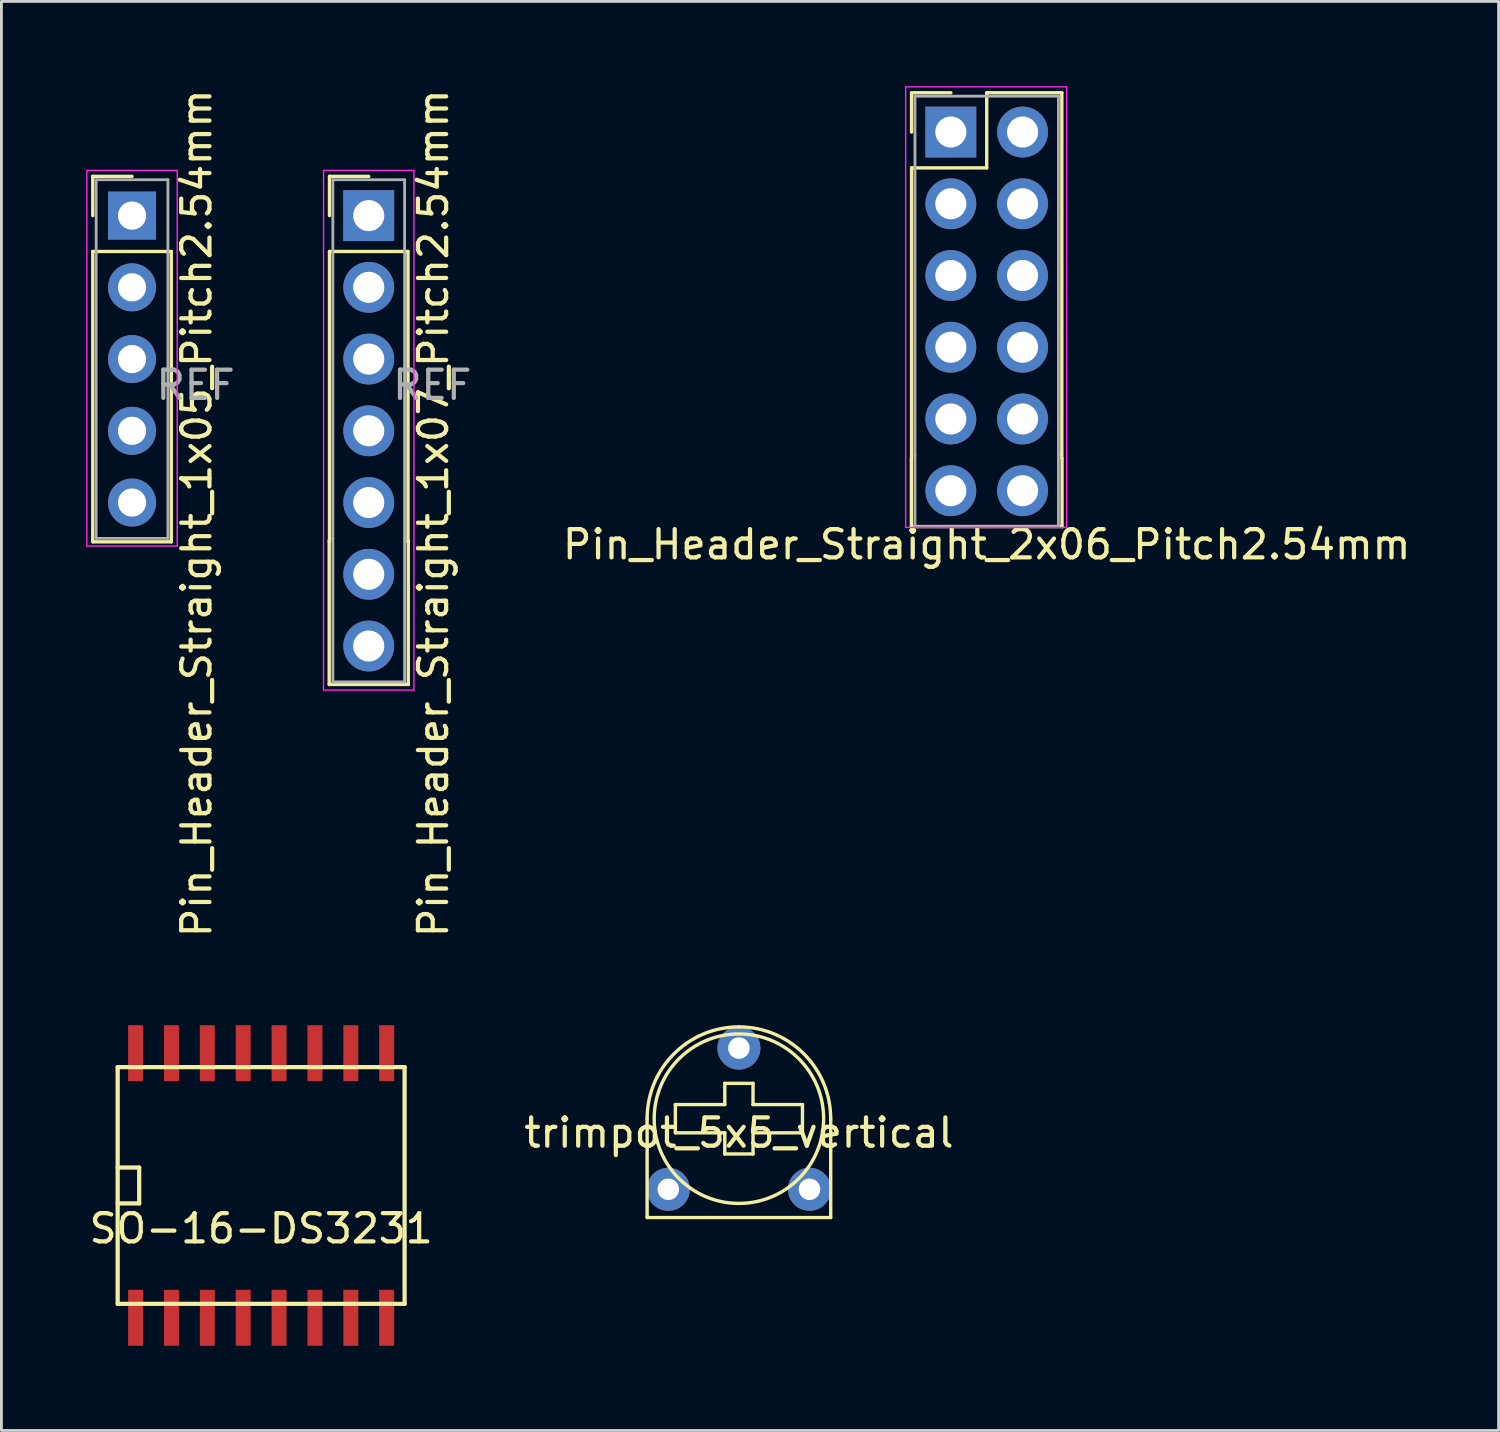
<source format=kicad_pcb>
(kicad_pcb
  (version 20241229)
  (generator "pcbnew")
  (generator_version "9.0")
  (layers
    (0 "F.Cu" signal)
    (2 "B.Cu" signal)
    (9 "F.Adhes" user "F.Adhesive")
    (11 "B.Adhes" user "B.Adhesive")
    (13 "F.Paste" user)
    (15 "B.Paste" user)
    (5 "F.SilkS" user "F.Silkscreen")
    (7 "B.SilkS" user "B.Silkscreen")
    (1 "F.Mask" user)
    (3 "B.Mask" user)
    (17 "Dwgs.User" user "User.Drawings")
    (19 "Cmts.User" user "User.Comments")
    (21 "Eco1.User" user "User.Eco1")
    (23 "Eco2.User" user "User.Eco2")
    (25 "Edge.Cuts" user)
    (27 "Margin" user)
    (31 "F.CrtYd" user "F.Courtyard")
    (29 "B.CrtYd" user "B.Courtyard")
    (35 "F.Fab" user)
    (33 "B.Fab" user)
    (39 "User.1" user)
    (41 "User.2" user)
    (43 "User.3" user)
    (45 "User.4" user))
  (footprint "Pin_Header_Straight_2x06_Pitch2.54mm"
    (layer "F.Cu")
    (at 30.617 1.625)
    (property "Reference" "Pin_Header_Straight_2x06_Pitch2.54mm" (at 1.27 14.605 0) (layer "F.SilkS") (effects (font (size 1 1) (thickness 0.15))))
    (attr through_hole)
    (fp_line (start -1.397 11.557) (end -1.397 13.97) (stroke (width 0.12) (type solid)) (layer "F.SilkS"))
    (fp_line (start -1.397 13.97) (end 3.937 13.97) (stroke (width 0.12) (type solid)) (layer "F.SilkS"))
    (fp_line (start -1.39 -1.39) (end 0 -1.39) (stroke (width 0.12) (type solid)) (layer "F.SilkS"))
    (fp_line (start -1.39 0) (end -1.39 -1.39) (stroke (width 0.12) (type solid)) (layer "F.SilkS"))
    (fp_line (start -1.39 1.27) (end -1.39 11.55) (stroke (width 0.12) (type solid)) (layer "F.SilkS"))
    (fp_line (start 1.27 -1.39) (end 1.27 1.27) (stroke (width 0.12) (type solid)) (layer "F.SilkS"))
    (fp_line (start 1.27 1.27) (end -1.39 1.27) (stroke (width 0.12) (type solid)) (layer "F.SilkS"))
    (fp_line (start 3.93 -1.39) (end 1.27 -1.39) (stroke (width 0.12) (type solid)) (layer "F.SilkS"))
    (fp_line (start 3.93 11.55) (end 3.93 -1.39) (stroke (width 0.12) (type solid)) (layer "F.SilkS"))
    (fp_line (start 3.937 13.97) (end 3.937 11.557) (stroke (width 0.12) (type solid)) (layer "F.SilkS"))
    (fp_line (start -1.6 14) (end -1.6 -1.6) (stroke (width 0.05) (type solid)) (layer "F.CrtYd"))
    (fp_line (start -1.6 14) (end 4.1 14) (stroke (width 0.05) (type solid)) (layer "F.CrtYd"))
    (fp_line (start 4.1 -1.6) (end -1.6 -1.6) (stroke (width 0.05) (type solid)) (layer "F.CrtYd"))
    (fp_line (start 4.1 11.7) (end 4.1 -1.6) (stroke (width 0.05) (type solid)) (layer "F.CrtYd"))
    (fp_line (start 4.1 11.7) (end 4.1 14) (stroke (width 0.05) (type solid)) (layer "F.CrtYd"))
    (fp_line (start -1.27 -1.27) (end -1.27 11.43) (stroke (width 0.1) (type solid)) (layer "F.Fab"))
    (fp_line (start -1.27 11.43) (end -1.27 13.97) (stroke (width 0.1) (type solid)) (layer "F.Fab"))
    (fp_line (start -1.27 13.97) (end 3.81 13.97) (stroke (width 0.1) (type solid)) (layer "F.Fab"))
    (fp_line (start 3.81 -1.27) (end -1.27 -1.27) (stroke (width 0.1) (type solid)) (layer "F.Fab"))
    (fp_line (start 3.81 11.43) (end 3.81 -1.27) (stroke (width 0.1) (type solid)) (layer "F.Fab"))
    (fp_line (start 3.81 13.97) (end 3.81 11.43) (stroke (width 0.1) (type solid)) (layer "F.Fab"))
    (pad "1" thru_hole rect (at 0 0) (size 1.8 1.8) (drill 1.1) (layers "*.Cu" "*.Mask"))
    (pad "2" thru_hole circle (at 2.54 0) (size 1.8 1.8) (drill 1.1) (layers "*.Cu" "*.Mask"))
    (pad "3" thru_hole circle (at 0 2.54) (size 1.8 1.8) (drill 1.1) (layers "*.Cu" "*.Mask"))
    (pad "4" thru_hole circle (at 2.54 2.54) (size 1.8 1.8) (drill 1.1) (layers "*.Cu" "*.Mask"))
    (pad "5" thru_hole circle (at 0 5.08) (size 1.8 1.8) (drill 1.1) (layers "*.Cu" "*.Mask"))
    (pad "6" thru_hole circle (at 2.54 5.08) (size 1.8 1.8) (drill 1.1) (layers "*.Cu" "*.Mask"))
    (pad "7" thru_hole circle (at 0 7.62) (size 1.8 1.8) (drill 1.1) (layers "*.Cu" "*.Mask"))
    (pad "8" thru_hole circle (at 2.54 7.62) (size 1.8 1.8) (drill 1.1) (layers "*.Cu" "*.Mask"))
    (pad "9" thru_hole circle (at 0 10.16) (size 1.8 1.8) (drill 1.1) (layers "*.Cu" "*.Mask"))
    (pad "10" thru_hole circle (at 2.54 10.16) (size 1.8 1.8) (drill 1.1) (layers "*.Cu" "*.Mask"))
    (pad "11" thru_hole circle (at 0 12.7) (size 1.8 1.8) (drill 1.1) (layers "*.Cu" "*.Mask"))
    (pad "12" thru_hole circle (at 2.54 12.7) (size 1.8 1.8) (drill 1.1) (layers "*.Cu" "*.Mask")))
  (footprint "SO-16-DS3231"
    (layer "F.Cu")
    (at 6.196 38.925)
    (property "Reference" "SO-16-DS3231" (at 0 1.524 0) (layer "F.SilkS") (effects (font (size 1 1) (thickness 0.15))))
    (attr smd)
    (fp_line (start -5.08 -4.191) (end 5.08 -4.191) (stroke (width 0.15) (type solid)) (layer "F.SilkS"))
    (fp_line (start -5.08 -0.635) (end -4.318 -0.635) (stroke (width 0.15) (type solid)) (layer "F.SilkS"))
    (fp_line (start -5.08 4.191) (end -5.08 -4.191) (stroke (width 0.15) (type solid)) (layer "F.SilkS"))
    (fp_line (start -4.318 -0.635) (end -4.318 0.635) (stroke (width 0.15) (type solid)) (layer "F.SilkS"))
    (fp_line (start -4.318 0.635) (end -5.08 0.635) (stroke (width 0.15) (type solid)) (layer "F.SilkS"))
    (fp_line (start 5.08 -4.191) (end 5.08 4.191) (stroke (width 0.15) (type solid)) (layer "F.SilkS"))
    (fp_line (start 5.08 4.191) (end -5.08 4.191) (stroke (width 0.15) (type solid)) (layer "F.SilkS"))
    (pad "1" smd rect (at -4.445 4.685) (size 0.53 1.98) (layers "F.Cu" "F.Mask" "F.Paste"))
    (pad "2" smd rect (at -3.175 4.685) (size 0.53 1.98) (layers "F.Cu" "F.Mask" "F.Paste"))
    (pad "3" smd rect (at -1.905 4.685) (size 0.53 1.98) (layers "F.Cu" "F.Mask" "F.Paste"))
    (pad "4" smd rect (at -0.635 4.685) (size 0.53 1.98) (layers "F.Cu" "F.Mask" "F.Paste"))
    (pad "5" smd rect (at 0.635 4.685) (size 0.53 1.98) (layers "F.Cu" "F.Mask" "F.Paste"))
    (pad "6" smd rect (at 1.905 4.685) (size 0.53 1.98) (layers "F.Cu" "F.Mask" "F.Paste"))
    (pad "7" smd rect (at 3.175 4.685) (size 0.53 1.98) (layers "F.Cu" "F.Mask" "F.Paste"))
    (pad "8" smd rect (at 4.445 4.685) (size 0.53 1.98) (layers "F.Cu" "F.Mask" "F.Paste"))
    (pad "9" smd rect (at 4.445 -4.685) (size 0.53 1.98) (layers "F.Cu" "F.Mask" "F.Paste"))
    (pad "10" smd rect (at 3.175 -4.685) (size 0.53 1.98) (layers "F.Cu" "F.Mask" "F.Paste"))
    (pad "11" smd rect (at 1.905 -4.685) (size 0.53 1.98) (layers "F.Cu" "F.Mask" "F.Paste"))
    (pad "12" smd rect (at 0.635 -4.685) (size 0.53 1.98) (layers "F.Cu" "F.Mask" "F.Paste"))
    (pad "13" smd rect (at -0.635 -4.685) (size 0.53 1.98) (layers "F.Cu" "F.Mask" "F.Paste"))
    (pad "14" smd rect (at -1.905 -4.685) (size 0.53 1.98) (layers "F.Cu" "F.Mask" "F.Paste"))
    (pad "15" smd rect (at -3.175 -4.685) (size 0.53 1.98) (layers "F.Cu" "F.Mask" "F.Paste"))
    (pad "16" smd rect (at -4.445 -4.685) (size 0.53 1.98) (layers "F.Cu" "F.Mask" "F.Paste")))
  (footprint "Pin_Header_Straight_1x05_Pitch2.54mm"
    (layer "F.Cu")
    (at 1.625 4.584)
    (property "Reference" "Pin_Header_Straight_1x05_Pitch2.54mm" (at 2.286 10.541 90) (layer "F.SilkS") (effects (font (size 1 1) (thickness 0.15))))
    (attr through_hole)
    (fp_line (start -1.39 -1.39) (end 0 -1.39) (stroke (width 0.12) (type solid)) (layer "F.SilkS"))
    (fp_line (start -1.39 0) (end -1.39 -1.39) (stroke (width 0.12) (type solid)) (layer "F.SilkS"))
    (fp_line (start -1.39 1.27) (end -1.39 11.55) (stroke (width 0.12) (type solid)) (layer "F.SilkS"))
    (fp_line (start -1.39 11.55) (end 1.39 11.55) (stroke (width 0.12) (type solid)) (layer "F.SilkS"))
    (fp_line (start 1.39 1.27) (end -1.39 1.27) (stroke (width 0.12) (type solid)) (layer "F.SilkS"))
    (fp_line (start 1.39 11.55) (end 1.39 1.27) (stroke (width 0.12) (type solid)) (layer "F.SilkS"))
    (fp_line (start -1.6 -1.6) (end -1.6 11.7) (stroke (width 0.05) (type solid)) (layer "F.CrtYd"))
    (fp_line (start -1.6 11.7) (end 1.6 11.7) (stroke (width 0.05) (type solid)) (layer "F.CrtYd"))
    (fp_line (start 1.6 -1.6) (end -1.6 -1.6) (stroke (width 0.05) (type solid)) (layer "F.CrtYd"))
    (fp_line (start 1.6 11.7) (end 1.6 -1.6) (stroke (width 0.05) (type solid)) (layer "F.CrtYd"))
    (fp_line (start -1.27 -1.27) (end -1.27 11.43) (stroke (width 0.1) (type solid)) (layer "F.Fab"))
    (fp_line (start -1.27 11.43) (end 1.27 11.43) (stroke (width 0.1) (type solid)) (layer "F.Fab"))
    (fp_line (start 1.27 -1.27) (end -1.27 -1.27) (stroke (width 0.1) (type solid)) (layer "F.Fab"))
    (fp_line (start 1.27 11.43) (end 1.27 -1.27) (stroke (width 0.1) (type solid)) (layer "F.Fab"))
    (fp_text user "REF" (at 2.25 6 0) (layer "F.Fab") (effects (font (size 1 1) (thickness 0.15))))
    (pad "1" thru_hole rect (at 0 0) (size 1.7 1.7) (drill 1) (layers "*.Cu" "*.Mask"))
    (pad "2" thru_hole oval (at 0 2.54) (size 1.7 1.7) (drill 1) (layers "*.Cu" "*.Mask"))
    (pad "3" thru_hole oval (at 0 5.08) (size 1.7 1.7) (drill 1) (layers "*.Cu" "*.Mask"))
    (pad "4" thru_hole oval (at 0 7.62) (size 1.7 1.7) (drill 1) (layers "*.Cu" "*.Mask"))
    (pad "5" thru_hole oval (at 0 10.16) (size 1.7 1.7) (drill 1) (layers "*.Cu" "*.Mask")))
  (footprint "trimpot_5x5_vertical"
    (layer "F.Cu")
    (at 23.113 36.56)
    (property "Reference" "trimpot_5x5_vertical" (at 0 0.5 0) (layer "F.SilkS") (effects (font (size 1 1) (thickness 0.15))))
    (attr through_hole)
    (fp_line (start -3.25 0) (end -3.25 3.5) (stroke (width 0.12) (type solid)) (layer "F.SilkS"))
    (fp_line (start -3.25 3.5) (end 3.25 3.5) (stroke (width 0.12) (type solid)) (layer "F.SilkS"))
    (fp_line (start -2.25 -0.5) (end -0.5 -0.5) (stroke (width 0.12) (type solid)) (layer "F.SilkS"))
    (fp_line (start -2.25 0.5) (end -2.25 -0.5) (stroke (width 0.12) (type solid)) (layer "F.SilkS"))
    (fp_line (start -0.5 -1.25) (end 0.5 -1.25) (stroke (width 0.12) (type solid)) (layer "F.SilkS"))
    (fp_line (start -0.5 -0.5) (end -0.5 -1.25) (stroke (width 0.12) (type solid)) (layer "F.SilkS"))
    (fp_line (start -0.5 0.5) (end -2.25 0.5) (stroke (width 0.12) (type solid)) (layer "F.SilkS"))
    (fp_line (start -0.5 1.25) (end -0.5 0.5) (stroke (width 0.12) (type solid)) (layer "F.SilkS"))
    (fp_line (start 0.5 -1.25) (end 0.5 -0.5) (stroke (width 0.12) (type solid)) (layer "F.SilkS"))
    (fp_line (start 0.5 -0.5) (end 2.25 -0.5) (stroke (width 0.12) (type solid)) (layer "F.SilkS"))
    (fp_line (start 0.5 0.5) (end 0.5 1.25) (stroke (width 0.12) (type solid)) (layer "F.SilkS"))
    (fp_line (start 0.5 1.25) (end -0.5 1.25) (stroke (width 0.12) (type solid)) (layer "F.SilkS"))
    (fp_line (start 2.25 -0.5) (end 2.25 0.5) (stroke (width 0.12) (type solid)) (layer "F.SilkS"))
    (fp_line (start 2.25 0.5) (end 0.5 0.5) (stroke (width 0.12) (type solid)) (layer "F.SilkS"))
    (fp_line (start 3.25 3.5) (end 3.25 0) (stroke (width 0.12) (type solid)) (layer "F.SilkS"))
    (fp_arc (start -3.25 0) (mid -2.298097 -2.298097) (end 0 -3.25) (stroke (width 0.12) (type solid)) (layer "F.SilkS"))
    (fp_arc (start 0 -3.25) (mid 2.298097 -2.298097) (end 3.25 0) (stroke (width 0.12) (type solid)) (layer "F.SilkS"))
    (fp_circle (center 0 0) (end 3 0) (stroke (width 0.12) (type solid)) (fill no) (layer "F.SilkS"))
    (pad "1" thru_hole circle (at -2.5 2.5) (size 1.524 1.524) (drill 0.762) (layers "*.Cu" "*.Mask"))
    (pad "2" thru_hole circle (at 0 -2.5) (size 1.524 1.524) (drill 0.762) (layers "*.Cu" "*.Mask"))
    (pad "3" thru_hole circle (at 2.5 2.5) (size 1.524 1.524) (drill 0.762) (layers "*.Cu" "*.Mask")))
  (footprint "Pin_Header_Straight_1x07_Pitch2.54mm"
    (layer "F.Cu")
    (at 10.006 4.584)
    (property "Reference" "Pin_Header_Straight_1x07_Pitch2.54mm" (at 2.286 10.541 90) (layer "F.SilkS") (effects (font (size 1 1) (thickness 0.15))))
    (attr through_hole)
    (fp_line (start -1.4 16.6) (end -1.4 11.5) (stroke (width 0.12) (type solid)) (layer "F.SilkS"))
    (fp_line (start -1.39 -1.39) (end 0 -1.39) (stroke (width 0.12) (type solid)) (layer "F.SilkS"))
    (fp_line (start -1.39 0) (end -1.39 -1.39) (stroke (width 0.12) (type solid)) (layer "F.SilkS"))
    (fp_line (start -1.39 1.27) (end -1.39 11.55) (stroke (width 0.12) (type solid)) (layer "F.SilkS"))
    (fp_line (start 1.39 1.27) (end -1.39 1.27) (stroke (width 0.12) (type solid)) (layer "F.SilkS"))
    (fp_line (start 1.39 11.55) (end 1.39 1.27) (stroke (width 0.12) (type solid)) (layer "F.SilkS"))
    (fp_line (start 1.4 11.5) (end 1.4 16.6) (stroke (width 0.12) (type solid)) (layer "F.SilkS"))
    (fp_line (start 1.4 16.6) (end -1.4 16.6) (stroke (width 0.12) (type solid)) (layer "F.SilkS"))
    (fp_line (start -1.6 -1.6) (end -1.6 11.7) (stroke (width 0.05) (type solid)) (layer "F.CrtYd"))
    (fp_line (start -1.6 11.7) (end -1.6 16.8) (stroke (width 0.05) (type solid)) (layer "F.CrtYd"))
    (fp_line (start -1.6 16.8) (end 1.6 16.8) (stroke (width 0.05) (type solid)) (layer "F.CrtYd"))
    (fp_line (start 1.6 -1.6) (end -1.6 -1.6) (stroke (width 0.05) (type solid)) (layer "F.CrtYd"))
    (fp_line (start 1.6 11.7) (end 1.6 -1.6) (stroke (width 0.05) (type solid)) (layer "F.CrtYd"))
    (fp_line (start 1.6 16.8) (end 1.6 11.7) (stroke (width 0.05) (type solid)) (layer "F.CrtYd"))
    (fp_line (start -1.27 -1.27) (end -1.27 11.43) (stroke (width 0.1) (type solid)) (layer "F.Fab"))
    (fp_line (start -1.27 11.43) (end -1.27 16.51) (stroke (width 0.1) (type solid)) (layer "F.Fab"))
    (fp_line (start -1.27 16.51) (end 1.27 16.51) (stroke (width 0.1) (type solid)) (layer "F.Fab"))
    (fp_line (start 1.27 -1.27) (end -1.27 -1.27) (stroke (width 0.1) (type solid)) (layer "F.Fab"))
    (fp_line (start 1.27 11.43) (end 1.27 -1.27) (stroke (width 0.1) (type solid)) (layer "F.Fab"))
    (fp_line (start 1.27 16.51) (end 1.27 11.43) (stroke (width 0.1) (type solid)) (layer "F.Fab"))
    (fp_text user "REF" (at 2.25 6 0) (layer "F.Fab") (effects (font (size 1 1) (thickness 0.15))))
    (pad "1" thru_hole rect (at 0 0) (size 1.8 1.8) (drill 1.1) (layers "*.Cu" "*.Mask"))
    (pad "2" thru_hole circle (at 0 2.54) (size 1.8 1.8) (drill 1.1) (layers "*.Cu" "*.Mask"))
    (pad "3" thru_hole circle (at 0 5.08) (size 1.8 1.8) (drill 1.1) (layers "*.Cu" "*.Mask"))
    (pad "4" thru_hole circle (at 0 7.62) (size 1.8 1.8) (drill 1.1) (layers "*.Cu" "*.Mask"))
    (pad "5" thru_hole circle (at 0 10.16) (size 1.8 1.8) (drill 1.1) (layers "*.Cu" "*.Mask"))
    (pad "6" thru_hole circle (at 0 12.7) (size 1.8 1.8) (drill 1.1) (layers "*.Cu" "*.Mask"))
    (pad "7" thru_hole circle (at 0 15.24) (size 1.8 1.8) (drill 1.1) (layers "*.Cu" "*.Mask")))
  (gr_rect
    (start -3 -3)
    (end 50.012 47.6)
    (stroke (width 0.1) (type default))
    (fill no)
    (layer "Edge.Cuts")))
</source>
